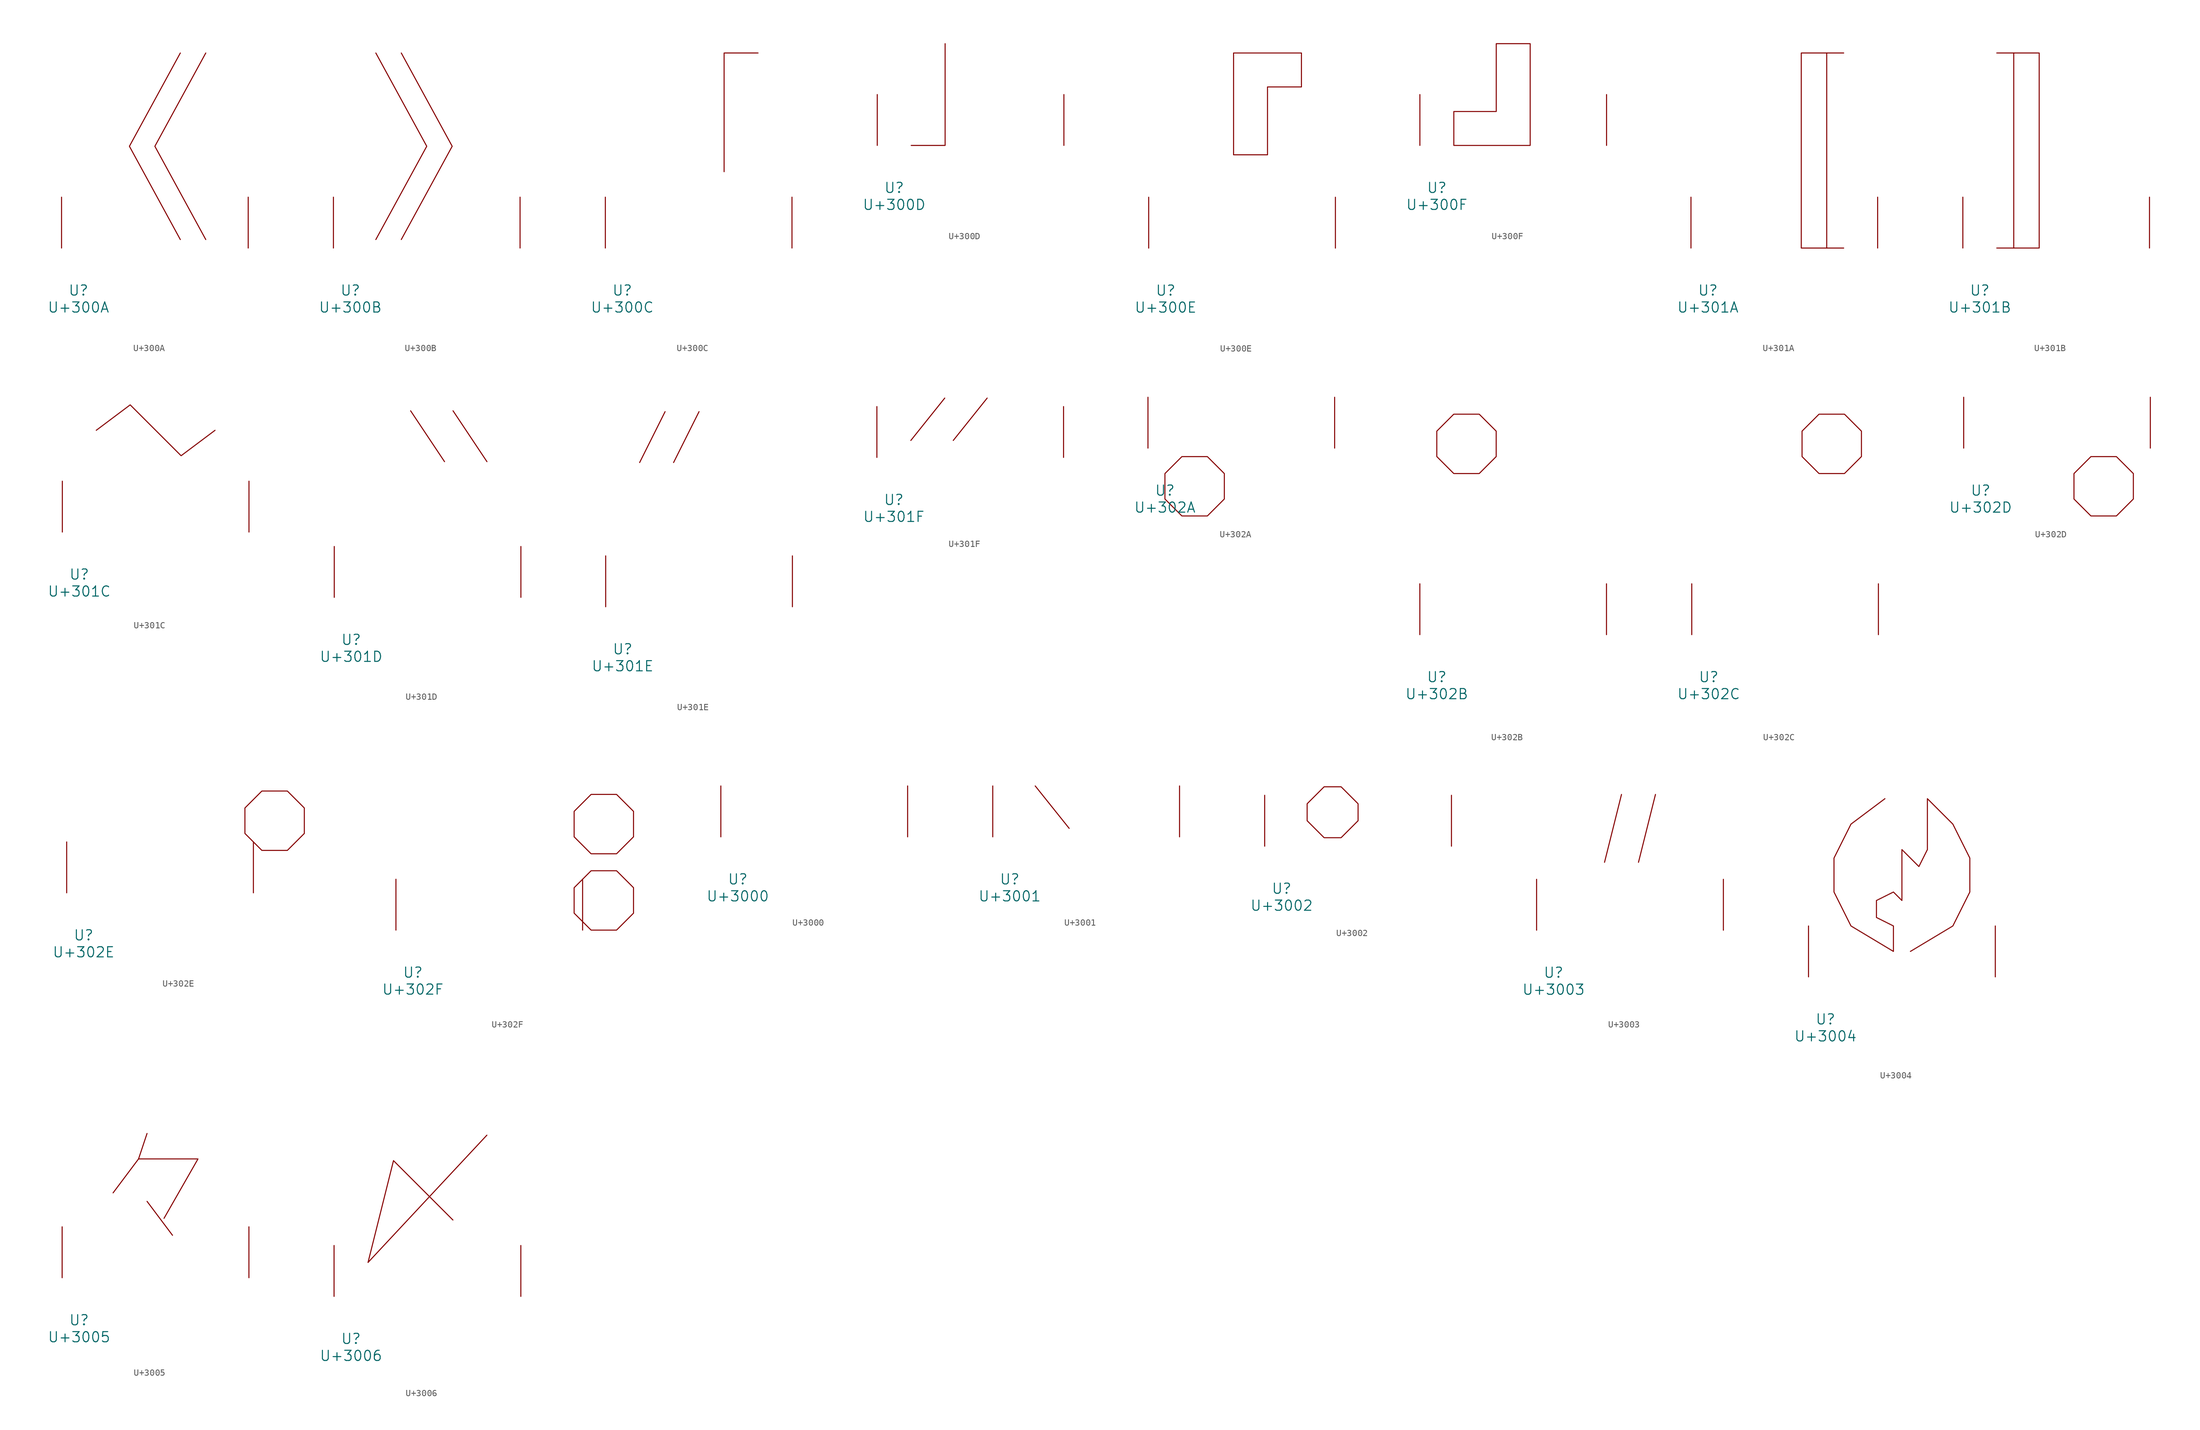
<source format=kicad_sym>
(kicad_symbol_lib
  (version 20231120)
  (generator "kicad_symbol_editor")
  (generator_version "8.0")
  (symbol "U+300A"
    (pin_names
      (offset 1.016))
    (property "Reference" "U"
      (at 0 -6.35 0)
      (effects (font (size 1.524 1.524))))
    (property "Value" "U+300A"
      (at 0 -8.89 0)
      (effects (font (size 1.524 1.524))))
    (symbol "U+300A_0_1"
      (polyline (pts (xy 15.24 29.21) (xy 7.62 15.24) (xy 15.24 1.27)) (stroke (width 0) (type solid)) (fill (type none)))
      (polyline (pts (xy 19.05 29.21) (xy 11.43 15.24) (xy 19.05 1.27)) (stroke (width 0) (type solid)) (fill (type none)))
      (pin input line (at -2.54 0 90) (length 7.62) (name "~" (effects (font (size 1.27 1.27)))) (number "~" (effects (font (size 1.27 1.27)))))
      (pin input line (at 25.4 0 90) (length 7.62) (name "~" (effects (font (size 1.27 1.27)))) (number "~" (effects (font (size 1.27 1.27)))))))
  (symbol "U+300B"
    (pin_names
      (offset 1.016))
    (property "Reference" "U"
      (at 0 -6.35 0)
      (effects (font (size 1.524 1.524))))
    (property "Value" "U+300B"
      (at 0 -8.89 0)
      (effects (font (size 1.524 1.524))))
    (symbol "U+300B_0_1"
      (polyline (pts (xy 3.81 29.21) (xy 11.43 15.24) (xy 3.81 1.27)) (stroke (width 0) (type solid)) (fill (type none)))
      (polyline (pts (xy 7.62 29.21) (xy 15.24 15.24) (xy 7.62 1.27)) (stroke (width 0) (type solid)) (fill (type none)))
      (pin input line (at -2.54 0 90) (length 7.62) (name "~" (effects (font (size 1.27 1.27)))) (number "~" (effects (font (size 1.27 1.27)))))
      (pin input line (at 25.4 0 90) (length 7.62) (name "~" (effects (font (size 1.27 1.27)))) (number "~" (effects (font (size 1.27 1.27)))))))
  (symbol "U+300C"
    (pin_names
      (offset 1.016))
    (property "Reference" "U"
      (at 0 -6.35 0)
      (effects (font (size 1.524 1.524))))
    (property "Value" "U+300C"
      (at 0 -8.89 0)
      (effects (font (size 1.524 1.524))))
    (symbol "U+300C_0_1"
      (polyline (pts (xy 20.32 29.21) (xy 15.24 29.21) (xy 15.24 11.43)) (stroke (width 0) (type solid)) (fill (type none)))
      (pin input line (at -2.54 0 90) (length 7.62) (name "~" (effects (font (size 1.27 1.27)))) (number "~" (effects (font (size 1.27 1.27)))))
      (pin input line (at 25.4 0 90) (length 7.62) (name "~" (effects (font (size 1.27 1.27)))) (number "~" (effects (font (size 1.27 1.27)))))))
  (symbol "U+300D"
    (pin_names
      (offset 1.016))
    (property "Reference" "U"
      (at 0 -6.35 0)
      (effects (font (size 1.524 1.524))))
    (property "Value" "U+300D"
      (at 0 -8.89 0)
      (effects (font (size 1.524 1.524))))
    (symbol "U+300D_0_1"
      (polyline (pts (xy 2.54 0) (xy 7.62 0) (xy 7.62 15.24)) (stroke (width 0) (type solid)) (fill (type none)))
      (pin input line (at -2.54 0 90) (length 7.62) (name "~" (effects (font (size 1.27 1.27)))) (number "~" (effects (font (size 1.27 1.27)))))
      (pin input line (at 25.4 0 90) (length 7.62) (name "~" (effects (font (size 1.27 1.27)))) (number "~" (effects (font (size 1.27 1.27)))))))
  (symbol "U+300E"
    (pin_names
      (offset 1.016))
    (property "Reference" "U"
      (at 0 -6.35 0)
      (effects (font (size 1.524 1.524))))
    (property "Value" "U+300E"
      (at 0 -8.89 0)
      (effects (font (size 1.524 1.524))))
    (symbol "U+300E_0_1"
      (polyline (pts (xy 20.32 29.21) (xy 20.32 24.13) (xy 15.24 24.13) (xy 15.24 13.97) (xy 10.16 13.97) (xy 10.16 29.21) (xy 20.32 29.21)) (stroke (width 0) (type solid)) (fill (type none)))
      (pin input line (at -2.54 0 90) (length 7.62) (name "~" (effects (font (size 1.27 1.27)))) (number "~" (effects (font (size 1.27 1.27)))))
      (pin input line (at 25.4 0 90) (length 7.62) (name "~" (effects (font (size 1.27 1.27)))) (number "~" (effects (font (size 1.27 1.27)))))))
  (symbol "U+300F"
    (pin_names
      (offset 1.016))
    (property "Reference" "U"
      (at 0 -6.35 0)
      (effects (font (size 1.524 1.524))))
    (property "Value" "U+300F"
      (at 0 -8.89 0)
      (effects (font (size 1.524 1.524))))
    (symbol "U+300F_0_1"
      (polyline (pts (xy 2.54 0) (xy 2.54 5.08) (xy 8.89 5.08) (xy 8.89 15.24) (xy 13.97 15.24) (xy 13.97 0) (xy 2.54 0)) (stroke (width 0) (type solid)) (fill (type none)))
      (pin input line (at -2.54 0 90) (length 7.62) (name "~" (effects (font (size 1.27 1.27)))) (number "~" (effects (font (size 1.27 1.27)))))
      (pin input line (at 25.4 0 90) (length 7.62) (name "~" (effects (font (size 1.27 1.27)))) (number "~" (effects (font (size 1.27 1.27)))))))
  (symbol "U+301A"
    (pin_names
      (offset 1.016))
    (property "Reference" "U"
      (at 0 -6.35 0)
      (effects (font (size 1.524 1.524))))
    (property "Value" "U+301A"
      (at 0 -8.89 0)
      (effects (font (size 1.524 1.524))))
    (symbol "U+301A_0_1"
      (polyline (pts (xy 17.78 29.21) (xy 17.78 0)) (stroke (width 0) (type solid)) (fill (type none)))
      (polyline (pts (xy 20.32 29.21) (xy 13.97 29.21) (xy 13.97 0) (xy 20.32 0)) (stroke (width 0) (type solid)) (fill (type none)))
      (pin input line (at -2.54 0 90) (length 7.62) (name "~" (effects (font (size 1.27 1.27)))) (number "~" (effects (font (size 1.27 1.27)))))
      (pin input line (at 25.4 0 90) (length 7.62) (name "~" (effects (font (size 1.27 1.27)))) (number "~" (effects (font (size 1.27 1.27)))))))
  (symbol "U+301B"
    (pin_names
      (offset 1.016))
    (property "Reference" "U"
      (at 0 -6.35 0)
      (effects (font (size 1.524 1.524))))
    (property "Value" "U+301B"
      (at 0 -8.89 0)
      (effects (font (size 1.524 1.524))))
    (symbol "U+301B_0_1"
      (polyline (pts (xy 5.08 29.21) (xy 5.08 0)) (stroke (width 0) (type solid)) (fill (type none)))
      (polyline (pts (xy 2.54 29.21) (xy 8.89 29.21) (xy 8.89 0) (xy 2.54 0)) (stroke (width 0) (type solid)) (fill (type none)))
      (pin input line (at -2.54 0 90) (length 7.62) (name "~" (effects (font (size 1.27 1.27)))) (number "~" (effects (font (size 1.27 1.27)))))
      (pin input line (at 25.4 0 90) (length 7.62) (name "~" (effects (font (size 1.27 1.27)))) (number "~" (effects (font (size 1.27 1.27)))))))
  (symbol "U+301C"
    (pin_names
      (offset 1.016))
    (property "Reference" "U"
      (at 0 -6.35 0)
      (effects (font (size 1.524 1.524))))
    (property "Value" "U+301C"
      (at 0 -8.89 0)
      (effects (font (size 1.524 1.524))))
    (symbol "U+301C_0_1"
      (polyline (pts (xy 2.54 15.24) (xy 7.62 19.05) (xy 15.24 11.43) (xy 20.32 15.24)) (stroke (width 0) (type solid)) (fill (type none)))
      (pin input line (at -2.54 0 90) (length 7.62) (name "~" (effects (font (size 1.27 1.27)))) (number "~" (effects (font (size 1.27 1.27)))))
      (pin input line (at 25.4 0 90) (length 7.62) (name "~" (effects (font (size 1.27 1.27)))) (number "~" (effects (font (size 1.27 1.27)))))))
  (symbol "U+301D"
    (pin_names
      (offset 1.016))
    (property "Reference" "U"
      (at 0 -6.35 0)
      (effects (font (size 1.524 1.524))))
    (property "Value" "U+301D"
      (at 0 -8.89 0)
      (effects (font (size 1.524 1.524))))
    (symbol "U+301D_0_1"
      (polyline (pts (xy 8.89 27.94) (xy 13.97 20.32)) (stroke (width 0) (type solid)) (fill (type none)))
      (polyline (pts (xy 15.24 27.94) (xy 20.32 20.32)) (stroke (width 0) (type solid)) (fill (type none)))
      (pin input line (at -2.54 0 90) (length 7.62) (name "~" (effects (font (size 1.27 1.27)))) (number "~" (effects (font (size 1.27 1.27)))))
      (pin input line (at 25.4 0 90) (length 7.62) (name "~" (effects (font (size 1.27 1.27)))) (number "~" (effects (font (size 1.27 1.27)))))))
  (symbol "U+301E"
    (pin_names
      (offset 1.016))
    (property "Reference" "U"
      (at 0 -6.35 0)
      (effects (font (size 1.524 1.524))))
    (property "Value" "U+301E"
      (at 0 -8.89 0)
      (effects (font (size 1.524 1.524))))
    (symbol "U+301E_0_1"
      (polyline (pts (xy 6.35 29.21) (xy 2.54 21.59)) (stroke (width 0) (type solid)) (fill (type none)))
      (polyline (pts (xy 11.43 29.21) (xy 7.62 21.59)) (stroke (width 0) (type solid)) (fill (type none)))
      (pin input line (at -2.54 0 90) (length 7.62) (name "~" (effects (font (size 1.27 1.27)))) (number "~" (effects (font (size 1.27 1.27)))))
      (pin input line (at 25.4 0 90) (length 7.62) (name "~" (effects (font (size 1.27 1.27)))) (number "~" (effects (font (size 1.27 1.27)))))))
  (symbol "U+301F"
    (pin_names
      (offset 1.016))
    (property "Reference" "U"
      (at 0 -6.35 0)
      (effects (font (size 1.524 1.524))))
    (property "Value" "U+301F"
      (at 0 -8.89 0)
      (effects (font (size 1.524 1.524))))
    (symbol "U+301F_0_1"
      (polyline (pts (xy 7.62 8.89) (xy 2.54 2.54)) (stroke (width 0) (type solid)) (fill (type none)))
      (polyline (pts (xy 13.97 8.89) (xy 8.89 2.54)) (stroke (width 0) (type solid)) (fill (type none)))
      (pin input line (at -2.54 0 90) (length 7.62) (name "~" (effects (font (size 1.27 1.27)))) (number "~" (effects (font (size 1.27 1.27)))))
      (pin input line (at 25.4 0 90) (length 7.62) (name "~" (effects (font (size 1.27 1.27)))) (number "~" (effects (font (size 1.27 1.27)))))))
  (symbol "U+302A"
    (pin_names
      (offset 1.016))
    (property "Reference" "U"
      (at 0 -6.35 0)
      (effects (font (size 1.524 1.524))))
    (property "Value" "U+302A"
      (at 0 -8.89 0)
      (effects (font (size 1.524 1.524))))
    (symbol "U+302A_0_1"
      (polyline (pts (xy 2.54 -1.27) (xy 6.35 -1.27) (xy 8.89 -3.81) (xy 8.89 -7.62) (xy 6.35 -10.16) (xy 2.54 -10.16) (xy 0 -7.62) (xy 0 -3.81) (xy 2.54 -1.27)) (stroke (width 0) (type solid)) (fill (type none)))
      (pin input line (at -2.54 0 90) (length 7.62) (name "~" (effects (font (size 1.27 1.27)))) (number "~" (effects (font (size 1.27 1.27)))))
      (pin input line (at 25.4 0 90) (length 7.62) (name "~" (effects (font (size 1.27 1.27)))) (number "~" (effects (font (size 1.27 1.27)))))))
  (symbol "U+302B"
    (pin_names
      (offset 1.016))
    (property "Reference" "U"
      (at 0 -6.35 0)
      (effects (font (size 1.524 1.524))))
    (property "Value" "U+302B"
      (at 0 -8.89 0)
      (effects (font (size 1.524 1.524))))
    (symbol "U+302B_0_1"
      (polyline (pts (xy 2.54 33.02) (xy 6.35 33.02) (xy 8.89 30.48) (xy 8.89 26.67) (xy 6.35 24.13) (xy 2.54 24.13) (xy 0 26.67) (xy 0 30.48) (xy 2.54 33.02)) (stroke (width 0) (type solid)) (fill (type none)))
      (pin input line (at -2.54 0 90) (length 7.62) (name "~" (effects (font (size 1.27 1.27)))) (number "~" (effects (font (size 1.27 1.27)))))
      (pin input line (at 25.4 0 90) (length 7.62) (name "~" (effects (font (size 1.27 1.27)))) (number "~" (effects (font (size 1.27 1.27)))))))
  (symbol "U+302C"
    (pin_names
      (offset 1.016))
    (property "Reference" "U"
      (at 0 -6.35 0)
      (effects (font (size 1.524 1.524))))
    (property "Value" "U+302C"
      (at 0 -8.89 0)
      (effects (font (size 1.524 1.524))))
    (symbol "U+302C_0_1"
      (polyline (pts (xy 16.51 33.02) (xy 20.32 33.02) (xy 22.86 30.48) (xy 22.86 26.67) (xy 20.32 24.13) (xy 16.51 24.13) (xy 13.97 26.67) (xy 13.97 30.48) (xy 16.51 33.02)) (stroke (width 0) (type solid)) (fill (type none)))
      (pin input line (at -2.54 0 90) (length 7.62) (name "~" (effects (font (size 1.27 1.27)))) (number "~" (effects (font (size 1.27 1.27)))))
      (pin input line (at 25.4 0 90) (length 7.62) (name "~" (effects (font (size 1.27 1.27)))) (number "~" (effects (font (size 1.27 1.27)))))))
  (symbol "U+302D"
    (pin_names
      (offset 1.016))
    (property "Reference" "U"
      (at 0 -6.35 0)
      (effects (font (size 1.524 1.524))))
    (property "Value" "U+302D"
      (at 0 -8.89 0)
      (effects (font (size 1.524 1.524))))
    (symbol "U+302D_0_1"
      (polyline (pts (xy 16.51 -1.27) (xy 20.32 -1.27) (xy 22.86 -3.81) (xy 22.86 -7.62) (xy 20.32 -10.16) (xy 16.51 -10.16) (xy 13.97 -7.62) (xy 13.97 -3.81) (xy 16.51 -1.27)) (stroke (width 0) (type solid)) (fill (type none)))
      (pin input line (at -2.54 0 90) (length 7.62) (name "~" (effects (font (size 1.27 1.27)))) (number "~" (effects (font (size 1.27 1.27)))))
      (pin input line (at 25.4 0 90) (length 7.62) (name "~" (effects (font (size 1.27 1.27)))) (number "~" (effects (font (size 1.27 1.27)))))))
  (symbol "U+302E"
    (pin_names
      (offset 1.016))
    (property "Reference" "U"
      (at 0 -6.35 0)
      (effects (font (size 1.524 1.524))))
    (property "Value" "U+302E"
      (at 0 -8.89 0)
      (effects (font (size 1.524 1.524))))
    (symbol "U+302E_0_1"
      (polyline (pts (xy 26.67 15.24) (xy 30.48 15.24) (xy 33.02 12.7) (xy 33.02 8.89) (xy 30.48 6.35) (xy 26.67 6.35) (xy 24.13 8.89) (xy 24.13 12.7) (xy 26.67 15.24)) (stroke (width 0) (type solid)) (fill (type none)))
      (pin input line (at -2.54 0 90) (length 7.62) (name "~" (effects (font (size 1.27 1.27)))) (number "~" (effects (font (size 1.27 1.27)))))
      (pin input line (at 25.4 0 90) (length 7.62) (name "~" (effects (font (size 1.27 1.27)))) (number "~" (effects (font (size 1.27 1.27)))))))
  (symbol "U+302F"
    (pin_names
      (offset 1.016))
    (property "Reference" "U"
      (at 0 -6.35 0)
      (effects (font (size 1.524 1.524))))
    (property "Value" "U+302F"
      (at 0 -8.89 0)
      (effects (font (size 1.524 1.524))))
    (symbol "U+302F_0_1"
      (polyline (pts (xy 26.67 8.89) (xy 30.48 8.89) (xy 33.02 6.35) (xy 33.02 2.54) (xy 30.48 0) (xy 26.67 0) (xy 24.13 2.54) (xy 24.13 6.35) (xy 26.67 8.89)) (stroke (width 0) (type solid)) (fill (type none)))
      (polyline (pts (xy 26.67 20.32) (xy 30.48 20.32) (xy 33.02 17.78) (xy 33.02 13.97) (xy 30.48 11.43) (xy 26.67 11.43) (xy 24.13 13.97) (xy 24.13 17.78) (xy 26.67 20.32)) (stroke (width 0) (type solid)) (fill (type none)))
      (pin input line (at -2.54 0 90) (length 7.62) (name "~" (effects (font (size 1.27 1.27)))) (number "~" (effects (font (size 1.27 1.27)))))
      (pin input line (at 25.4 0 90) (length 7.62) (name "~" (effects (font (size 1.27 1.27)))) (number "~" (effects (font (size 1.27 1.27)))))))
  (symbol "U+3000"
    (pin_names
      (offset 1.016))
    (property "Reference" "U"
      (at 0 -6.35 0)
      (effects (font (size 1.524 1.524))))
    (property "Value" "U+3000"
      (at 0 -8.89 0)
      (effects (font (size 1.524 1.524))))
    (symbol "U+3000_0_1"
      (pin input line (at -2.54 0 90) (length 7.62) (name "~" (effects (font (size 1.27 1.27)))) (number "~" (effects (font (size 1.27 1.27)))))
      (pin input line (at 25.4 0 90) (length 7.62) (name "~" (effects (font (size 1.27 1.27)))) (number "~" (effects (font (size 1.27 1.27)))))))
  (symbol "U+3001"
    (pin_names
      (offset 1.016))
    (property "Reference" "U"
      (at 0 -6.35 0)
      (effects (font (size 1.524 1.524))))
    (property "Value" "U+3001"
      (at 0 -8.89 0)
      (effects (font (size 1.524 1.524))))
    (symbol "U+3001_0_1"
      (polyline (pts (xy 3.81 7.62) (xy 8.89 1.27)) (stroke (width 0) (type solid)) (fill (type none)))
      (pin input line (at -2.54 0 90) (length 7.62) (name "~" (effects (font (size 1.27 1.27)))) (number "~" (effects (font (size 1.27 1.27)))))
      (pin input line (at 25.4 0 90) (length 7.62) (name "~" (effects (font (size 1.27 1.27)))) (number "~" (effects (font (size 1.27 1.27)))))))
  (symbol "U+3002"
    (pin_names
      (offset 1.016))
    (property "Reference" "U"
      (at 0 -6.35 0)
      (effects (font (size 1.524 1.524))))
    (property "Value" "U+3002"
      (at 0 -8.89 0)
      (effects (font (size 1.524 1.524))))
    (symbol "U+3002_0_1"
      (polyline (pts (xy 6.35 8.89) (xy 8.89 8.89) (xy 11.43 6.35) (xy 11.43 3.81) (xy 8.89 1.27) (xy 6.35 1.27) (xy 3.81 3.81) (xy 3.81 6.35) (xy 6.35 8.89)) (stroke (width 0) (type solid)) (fill (type none)))
      (pin input line (at -2.54 0 90) (length 7.62) (name "~" (effects (font (size 1.27 1.27)))) (number "~" (effects (font (size 1.27 1.27)))))
      (pin input line (at 25.4 0 90) (length 7.62) (name "~" (effects (font (size 1.27 1.27)))) (number "~" (effects (font (size 1.27 1.27)))))))
  (symbol "U+3003"
    (pin_names
      (offset 1.016))
    (property "Reference" "U"
      (at 0 -6.35 0)
      (effects (font (size 1.524 1.524))))
    (property "Value" "U+3003"
      (at 0 -8.89 0)
      (effects (font (size 1.524 1.524))))
    (symbol "U+3003_0_1"
      (polyline (pts (xy 10.16 20.32) (xy 7.62 10.16)) (stroke (width 0) (type solid)) (fill (type none)))
      (polyline (pts (xy 15.24 20.32) (xy 12.7 10.16)) (stroke (width 0) (type solid)) (fill (type none)))
      (pin input line (at -2.54 0 90) (length 7.62) (name "~" (effects (font (size 1.27 1.27)))) (number "~" (effects (font (size 1.27 1.27)))))
      (pin input line (at 25.4 0 90) (length 7.62) (name "~" (effects (font (size 1.27 1.27)))) (number "~" (effects (font (size 1.27 1.27)))))))
  (symbol "U+3004"
    (pin_names
      (offset 1.016))
    (property "Reference" "U"
      (at 0 -6.35 0)
      (effects (font (size 1.524 1.524))))
    (property "Value" "U+3004"
      (at 0 -8.89 0)
      (effects (font (size 1.524 1.524))))
    (symbol "U+3004_0_1"
      (polyline (pts (xy 8.89 26.67) (xy 3.81 22.86) (xy 1.27 17.78) (xy 1.27 12.7) (xy 3.81 7.62) (xy 10.16 3.81) (xy 10.16 7.62) (xy 7.62 8.89) (xy 7.62 11.43) (xy 10.16 12.7) (xy 11.43 11.43) (xy 11.43 19.05) (xy 13.97 16.51) (xy 15.24 19.05) (xy 15.24 26.67) (xy 19.05 22.86) (xy 21.59 17.78) (xy 21.59 12.7) (xy 19.05 7.62) (xy 12.7 3.81)) (stroke (width 0) (type solid)) (fill (type none)))
      (pin input line (at -2.54 0 90) (length 7.62) (name "~" (effects (font (size 1.27 1.27)))) (number "~" (effects (font (size 1.27 1.27)))))
      (pin input line (at 25.4 0 90) (length 7.62) (name "~" (effects (font (size 1.27 1.27)))) (number "~" (effects (font (size 1.27 1.27)))))))
  (symbol "U+3005"
    (pin_names
      (offset 1.016))
    (property "Reference" "U"
      (at 0 -6.35 0)
      (effects (font (size 1.524 1.524))))
    (property "Value" "U+3005"
      (at 0 -8.89 0)
      (effects (font (size 1.524 1.524))))
    (symbol "U+3005_0_1"
      (polyline (pts (xy 10.16 11.43) (xy 13.97 6.35)) (stroke (width 0) (type solid)) (fill (type none)))
      (polyline (pts (xy 8.89 17.78) (xy 17.78 17.78) (xy 12.7 8.89)) (stroke (width 0) (type solid)) (fill (type none)))
      (polyline (pts (xy 10.16 21.59) (xy 8.89 17.78) (xy 5.08 12.7)) (stroke (width 0) (type solid)) (fill (type none)))
      (pin input line (at -2.54 0 90) (length 7.62) (name "~" (effects (font (size 1.27 1.27)))) (number "~" (effects (font (size 1.27 1.27)))))
      (pin input line (at 25.4 0 90) (length 7.62) (name "~" (effects (font (size 1.27 1.27)))) (number "~" (effects (font (size 1.27 1.27)))))))
  (symbol "U+3006"
    (pin_names
      (offset 1.016))
    (property "Reference" "U"
      (at 0 -6.35 0)
      (effects (font (size 1.524 1.524))))
    (property "Value" "U+3006"
      (at 0 -8.89 0)
      (effects (font (size 1.524 1.524))))
    (symbol "U+3006_0_1"
      (polyline (pts (xy 20.32 24.13) (xy 2.54 5.08) (xy 6.35 20.32) (xy 15.24 11.43)) (stroke (width 0) (type solid)) (fill (type none)))
      (pin input line (at -2.54 0 90) (length 7.62) (name "~" (effects (font (size 1.27 1.27)))) (number "~" (effects (font (size 1.27 1.27)))))
      (pin input line (at 25.4 0 90) (length 7.62) (name "~" (effects (font (size 1.27 1.27)))) (number "~" (effects (font (size 1.27 1.27))))))))
</source>
